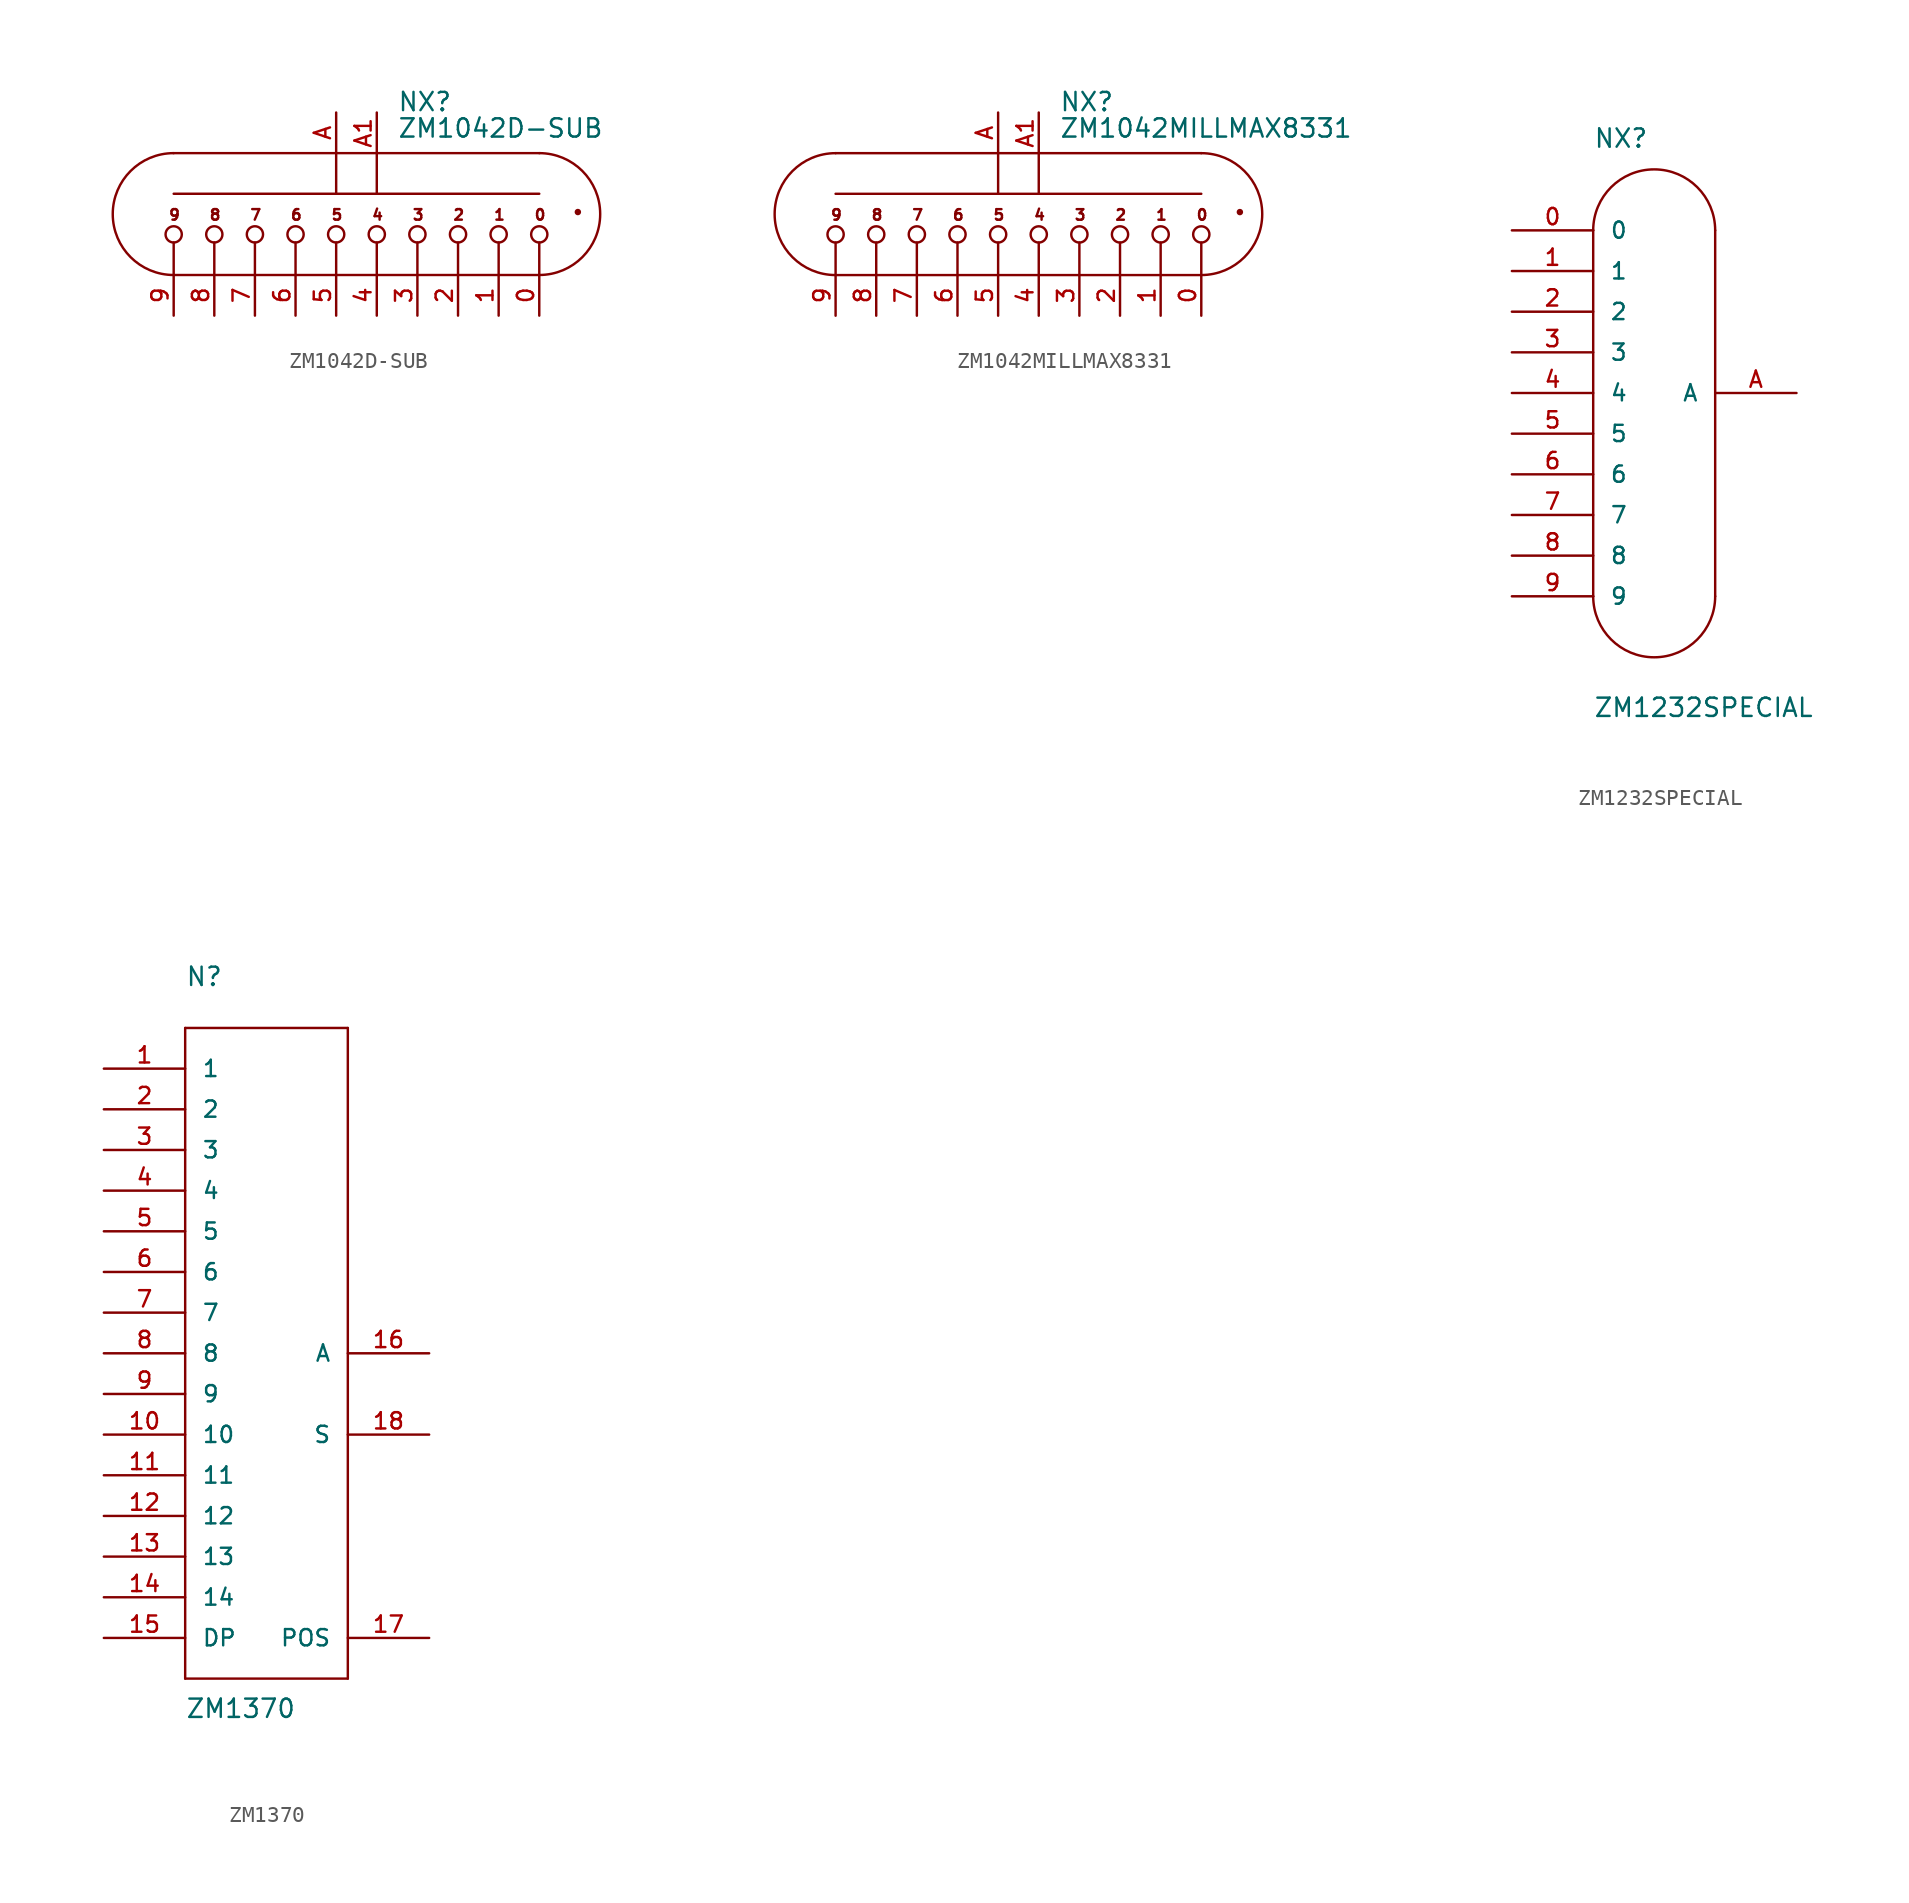
<source format=kicad_sym>
(kicad_symbol_lib
  (version 20241209)
  (generator "kicad_symbol_editor")
  (generator_version "9.0")
  (symbol "ZM1042D-SUB"
    (pin_names
      (offset 1.016)
      (hide yes))
    (property "Reference" "NX"
      (at 3.81 5.08 0)
      (effects (font (size 1.143 1.143)) (justify left bottom)))
    (property "Value" "ZM1042D-SUB"
      (at 3.81 3.429 0)
      (effects (font (size 1.143 1.143)) (justify left bottom)))
    (property "ki_locked" ""
      (at 0 0 0)
      (effects (font (size 1.27 1.27))))
    (symbol "ZM1042D-SUB_1_0"
      (polyline (pts (xy -10.16 2.54) (xy 0 2.54)) (stroke (width 0) (type default)) (fill (type none)))
      (polyline (pts (xy -10.16 0) (xy 0 0)) (stroke (width 0) (type default)) (fill (type none)))
      (polyline (pts (xy -10.16 -5.08) (xy -10.16 -3.048)) (stroke (width 0) (type default)) (fill (type none)))
      (polyline (pts (xy -10.16 -5.08) (xy -7.62 -5.08)) (stroke (width 0) (type default)) (fill (type none)))
      (polyline (pts (xy -7.62 -5.08) (xy -7.62 -3.048)) (stroke (width 0) (type default)) (fill (type none)))
      (polyline (pts (xy -7.62 -5.08) (xy -5.08 -5.08)) (stroke (width 0) (type default)) (fill (type none)))
      (polyline (pts (xy -5.08 -5.08) (xy -5.08 -3.048)) (stroke (width 0) (type default)) (fill (type none)))
      (polyline (pts (xy -5.08 -5.08) (xy -2.54 -5.08)) (stroke (width 0) (type default)) (fill (type none)))
      (polyline (pts (xy -2.54 -5.08) (xy -2.54 -3.048)) (stroke (width 0) (type default)) (fill (type none)))
      (polyline (pts (xy -2.54 -5.08) (xy 0 -5.08)) (stroke (width 0) (type default)) (fill (type none)))
      (polyline (pts (xy 0 2.54) (xy 0 0)) (stroke (width 0) (type default)) (fill (type none)))
      (polyline (pts (xy 0 2.54) (xy 2.54 2.54)) (stroke (width 0) (type default)) (fill (type none)))
      (polyline (pts (xy 0 0) (xy 2.54 0)) (stroke (width 0) (type default)) (fill (type none)))
      (polyline (pts (xy 0 -5.08) (xy 0 -3.048)) (stroke (width 0) (type default)) (fill (type none)))
      (polyline (pts (xy 0 -5.08) (xy 2.54 -5.08)) (stroke (width 0) (type default)) (fill (type none)))
      (polyline (pts (xy 2.54 2.54) (xy 2.54 0)) (stroke (width 0) (type default)) (fill (type none)))
      (polyline (pts (xy 2.54 2.54) (xy 12.7 2.54)) (stroke (width 0) (type default)) (fill (type none)))
      (polyline (pts (xy 2.54 0) (xy 12.7 0)) (stroke (width 0) (type default)) (fill (type none)))
      (polyline (pts (xy 2.54 -5.08) (xy 2.54 -3.048)) (stroke (width 0) (type default)) (fill (type none)))
      (polyline (pts (xy 2.54 -5.08) (xy 5.08 -5.08)) (stroke (width 0) (type default)) (fill (type none)))
      (polyline (pts (xy 5.08 -5.08) (xy 5.08 -3.048)) (stroke (width 0) (type default)) (fill (type none)))
      (polyline (pts (xy 5.08 -5.08) (xy 7.62 -5.08)) (stroke (width 0) (type default)) (fill (type none)))
      (polyline (pts (xy 7.62 -5.08) (xy 7.62 -3.048)) (stroke (width 0) (type default)) (fill (type none)))
      (polyline (pts (xy 7.62 -5.08) (xy 10.16 -5.08)) (stroke (width 0) (type default)) (fill (type none)))
      (polyline (pts (xy 10.16 -5.08) (xy 10.16 -3.048)) (stroke (width 0) (type default)) (fill (type none)))
      (polyline (pts (xy 10.16 -5.08) (xy 12.7 -5.08)) (stroke (width 0) (type default)) (fill (type none)))
      (polyline (pts (xy 12.7 -5.08) (xy 12.7 -3.048)) (stroke (width 0) (type default)) (fill (type none)))
      (text "9" (at -10.109 -1.321 0) (effects (font (size 0.66 0.66))))
      (text "8" (at -7.569 -1.321 0) (effects (font (size 0.66 0.66))))
      (text "7" (at -5.029 -1.321 0) (effects (font (size 0.66 0.66))))
      (text "6" (at -2.489 -1.321 0) (effects (font (size 0.66 0.66))))
      (text "5" (at 0.051 -1.321 0) (effects (font (size 0.66 0.66))))
      (text "4" (at 2.591 -1.321 0) (effects (font (size 0.66 0.66))))
      (text "3" (at 5.131 -1.321 0) (effects (font (size 0.66 0.66))))
      (text "2" (at 7.671 -1.321 0) (effects (font (size 0.66 0.66))))
      (text "1" (at 10.211 -1.321 0) (effects (font (size 0.66 0.66))))
      (text "0" (at 12.751 -1.321 0) (effects (font (size 0.66 0.66)))))
    (symbol "ZM1042D-SUB_1_1"
      (circle (center -10.16 -2.54) (radius 0.508) (stroke (width 0) (type default)) (fill (type none)))
      (arc (start -10.16 -5.08) (mid -13.9533 -1.27) (end -10.16 2.54) (stroke (width 0) (type default)) (fill (type none)))
      (circle (center -7.62 -2.54) (radius 0.508) (stroke (width 0) (type default)) (fill (type none)))
      (circle (center -5.08 -2.54) (radius 0.508) (stroke (width 0) (type default)) (fill (type none)))
      (circle (center -2.54 -2.54) (radius 0.508) (stroke (width 0) (type default)) (fill (type none)))
      (circle (center 0 -2.54) (radius 0.508) (stroke (width 0) (type default)) (fill (type none)))
      (circle (center 2.54 -2.54) (radius 0.508) (stroke (width 0) (type default)) (fill (type none)))
      (circle (center 5.08 -2.54) (radius 0.508) (stroke (width 0) (type default)) (fill (type none)))
      (circle (center 7.62 -2.54) (radius 0.508) (stroke (width 0) (type default)) (fill (type none)))
      (circle (center 10.16 -2.54) (radius 0.508) (stroke (width 0) (type default)) (fill (type none)))
      (arc (start 12.7 2.54) (mid 16.4933 -1.27) (end 12.7 -5.08) (stroke (width 0) (type default)) (fill (type none)))
      (circle (center 12.7 -2.54) (radius 0.508) (stroke (width 0) (type default)) (fill (type none)))
      (circle (center 15.113 -1.143) (radius 0.127) (stroke (width 0) (type default)) (fill (type outline)))
      (pin passive line (at -10.16 -7.62 90) (length 2.54) (name "9" (effects (font (size 1.016 1.016)))) (number "9" (effects (font (size 1.016 1.016)))))
      (pin passive line (at -7.62 -7.62 90) (length 2.54) (name "8" (effects (font (size 1.016 1.016)))) (number "8" (effects (font (size 1.016 1.016)))))
      (pin passive line (at -5.08 -7.62 90) (length 2.54) (name "7" (effects (font (size 1.016 1.016)))) (number "7" (effects (font (size 1.016 1.016)))))
      (pin passive line (at -2.54 -7.62 90) (length 2.54) (name "6" (effects (font (size 1.016 1.016)))) (number "6" (effects (font (size 1.016 1.016)))))
      (pin passive line (at 0 5.08 270) (length 2.54) (name "A1" (effects (font (size 1.016 1.016)))) (number "A" (effects (font (size 1.016 1.016)))))
      (pin passive line (at 0 -7.62 90) (length 2.54) (name "5" (effects (font (size 1.016 1.016)))) (number "5" (effects (font (size 1.016 1.016)))))
      (pin passive line (at 2.54 5.08 270) (length 2.54) (name "A2" (effects (font (size 1.016 1.016)))) (number "A1" (effects (font (size 1.016 1.016)))))
      (pin passive line (at 2.54 -7.62 90) (length 2.54) (name "4" (effects (font (size 1.016 1.016)))) (number "4" (effects (font (size 1.016 1.016)))))
      (pin passive line (at 5.08 -7.62 90) (length 2.54) (name "3" (effects (font (size 1.016 1.016)))) (number "3" (effects (font (size 1.016 1.016)))))
      (pin passive line (at 7.62 -7.62 90) (length 2.54) (name "2" (effects (font (size 1.016 1.016)))) (number "2" (effects (font (size 1.016 1.016)))))
      (pin passive line (at 10.16 -7.62 90) (length 2.54) (name "1" (effects (font (size 1.016 1.016)))) (number "1" (effects (font (size 1.016 1.016)))))
      (pin passive line (at 12.7 -7.62 90) (length 2.54) (name "0" (effects (font (size 1.016 1.016)))) (number "0" (effects (font (size 1.016 1.016)))))))
  (symbol "ZM1042MILLMAX8331"
    (pin_names
      (offset 1.016)
      (hide yes))
    (property "Reference" "NX"
      (at 3.81 5.08 0)
      (effects (font (size 1.143 1.143)) (justify left bottom)))
    (property "Value" "ZM1042MILLMAX8331"
      (at 3.81 3.429 0)
      (effects (font (size 1.143 1.143)) (justify left bottom)))
    (property "ki_locked" ""
      (at 0 0 0)
      (effects (font (size 1.27 1.27))))
    (symbol "ZM1042MILLMAX8331_1_0"
      (polyline (pts (xy -10.16 2.54) (xy 0 2.54)) (stroke (width 0) (type default)) (fill (type none)))
      (polyline (pts (xy -10.16 0) (xy 0 0)) (stroke (width 0) (type default)) (fill (type none)))
      (polyline (pts (xy -10.16 -5.08) (xy -10.16 -3.048)) (stroke (width 0) (type default)) (fill (type none)))
      (polyline (pts (xy -10.16 -5.08) (xy -7.62 -5.08)) (stroke (width 0) (type default)) (fill (type none)))
      (polyline (pts (xy -7.62 -5.08) (xy -7.62 -3.048)) (stroke (width 0) (type default)) (fill (type none)))
      (polyline (pts (xy -7.62 -5.08) (xy -5.08 -5.08)) (stroke (width 0) (type default)) (fill (type none)))
      (polyline (pts (xy -5.08 -5.08) (xy -5.08 -3.048)) (stroke (width 0) (type default)) (fill (type none)))
      (polyline (pts (xy -5.08 -5.08) (xy -2.54 -5.08)) (stroke (width 0) (type default)) (fill (type none)))
      (polyline (pts (xy -2.54 -5.08) (xy -2.54 -3.048)) (stroke (width 0) (type default)) (fill (type none)))
      (polyline (pts (xy -2.54 -5.08) (xy 0 -5.08)) (stroke (width 0) (type default)) (fill (type none)))
      (polyline (pts (xy 0 2.54) (xy 0 0)) (stroke (width 0) (type default)) (fill (type none)))
      (polyline (pts (xy 0 2.54) (xy 2.54 2.54)) (stroke (width 0) (type default)) (fill (type none)))
      (polyline (pts (xy 0 0) (xy 2.54 0)) (stroke (width 0) (type default)) (fill (type none)))
      (polyline (pts (xy 0 -5.08) (xy 0 -3.048)) (stroke (width 0) (type default)) (fill (type none)))
      (polyline (pts (xy 0 -5.08) (xy 2.54 -5.08)) (stroke (width 0) (type default)) (fill (type none)))
      (polyline (pts (xy 2.54 2.54) (xy 2.54 0)) (stroke (width 0) (type default)) (fill (type none)))
      (polyline (pts (xy 2.54 2.54) (xy 12.7 2.54)) (stroke (width 0) (type default)) (fill (type none)))
      (polyline (pts (xy 2.54 0) (xy 12.7 0)) (stroke (width 0) (type default)) (fill (type none)))
      (polyline (pts (xy 2.54 -5.08) (xy 2.54 -3.048)) (stroke (width 0) (type default)) (fill (type none)))
      (polyline (pts (xy 2.54 -5.08) (xy 5.08 -5.08)) (stroke (width 0) (type default)) (fill (type none)))
      (polyline (pts (xy 5.08 -5.08) (xy 5.08 -3.048)) (stroke (width 0) (type default)) (fill (type none)))
      (polyline (pts (xy 5.08 -5.08) (xy 7.62 -5.08)) (stroke (width 0) (type default)) (fill (type none)))
      (polyline (pts (xy 7.62 -5.08) (xy 7.62 -3.048)) (stroke (width 0) (type default)) (fill (type none)))
      (polyline (pts (xy 7.62 -5.08) (xy 10.16 -5.08)) (stroke (width 0) (type default)) (fill (type none)))
      (polyline (pts (xy 10.16 -5.08) (xy 10.16 -3.048)) (stroke (width 0) (type default)) (fill (type none)))
      (polyline (pts (xy 10.16 -5.08) (xy 12.7 -5.08)) (stroke (width 0) (type default)) (fill (type none)))
      (polyline (pts (xy 12.7 -5.08) (xy 12.7 -3.048)) (stroke (width 0) (type default)) (fill (type none)))
      (text "9" (at -10.109 -1.321 0) (effects (font (size 0.66 0.66))))
      (text "8" (at -7.569 -1.321 0) (effects (font (size 0.66 0.66))))
      (text "7" (at -5.029 -1.321 0) (effects (font (size 0.66 0.66))))
      (text "6" (at -2.489 -1.321 0) (effects (font (size 0.66 0.66))))
      (text "5" (at 0.051 -1.321 0) (effects (font (size 0.66 0.66))))
      (text "4" (at 2.591 -1.321 0) (effects (font (size 0.66 0.66))))
      (text "3" (at 5.131 -1.321 0) (effects (font (size 0.66 0.66))))
      (text "2" (at 7.671 -1.321 0) (effects (font (size 0.66 0.66))))
      (text "1" (at 10.211 -1.321 0) (effects (font (size 0.66 0.66))))
      (text "0" (at 12.751 -1.321 0) (effects (font (size 0.66 0.66)))))
    (symbol "ZM1042MILLMAX8331_1_1"
      (circle (center -10.16 -2.54) (radius 0.508) (stroke (width 0) (type default)) (fill (type none)))
      (arc (start -10.16 -5.08) (mid -13.9533 -1.27) (end -10.16 2.54) (stroke (width 0) (type default)) (fill (type none)))
      (circle (center -7.62 -2.54) (radius 0.508) (stroke (width 0) (type default)) (fill (type none)))
      (circle (center -5.08 -2.54) (radius 0.508) (stroke (width 0) (type default)) (fill (type none)))
      (circle (center -2.54 -2.54) (radius 0.508) (stroke (width 0) (type default)) (fill (type none)))
      (circle (center 0 -2.54) (radius 0.508) (stroke (width 0) (type default)) (fill (type none)))
      (circle (center 2.54 -2.54) (radius 0.508) (stroke (width 0) (type default)) (fill (type none)))
      (circle (center 5.08 -2.54) (radius 0.508) (stroke (width 0) (type default)) (fill (type none)))
      (circle (center 7.62 -2.54) (radius 0.508) (stroke (width 0) (type default)) (fill (type none)))
      (circle (center 10.16 -2.54) (radius 0.508) (stroke (width 0) (type default)) (fill (type none)))
      (arc (start 12.7 2.54) (mid 16.4933 -1.27) (end 12.7 -5.08) (stroke (width 0) (type default)) (fill (type none)))
      (circle (center 12.7 -2.54) (radius 0.508) (stroke (width 0) (type default)) (fill (type none)))
      (circle (center 15.113 -1.143) (radius 0.127) (stroke (width 0) (type default)) (fill (type outline)))
      (pin passive line (at -10.16 -7.62 90) (length 2.54) (name "9" (effects (font (size 1.016 1.016)))) (number "9" (effects (font (size 1.016 1.016)))))
      (pin passive line (at -7.62 -7.62 90) (length 2.54) (name "8" (effects (font (size 1.016 1.016)))) (number "8" (effects (font (size 1.016 1.016)))))
      (pin passive line (at -5.08 -7.62 90) (length 2.54) (name "7" (effects (font (size 1.016 1.016)))) (number "7" (effects (font (size 1.016 1.016)))))
      (pin passive line (at -2.54 -7.62 90) (length 2.54) (name "6" (effects (font (size 1.016 1.016)))) (number "6" (effects (font (size 1.016 1.016)))))
      (pin passive line (at 0 5.08 270) (length 2.54) (name "A1" (effects (font (size 1.016 1.016)))) (number "A" (effects (font (size 1.016 1.016)))))
      (pin passive line (at 0 -7.62 90) (length 2.54) (name "5" (effects (font (size 1.016 1.016)))) (number "5" (effects (font (size 1.016 1.016)))))
      (pin passive line (at 2.54 5.08 270) (length 2.54) (name "A2" (effects (font (size 1.016 1.016)))) (number "A1" (effects (font (size 1.016 1.016)))))
      (pin passive line (at 2.54 -7.62 90) (length 2.54) (name "4" (effects (font (size 1.016 1.016)))) (number "4" (effects (font (size 1.016 1.016)))))
      (pin passive line (at 5.08 -7.62 90) (length 2.54) (name "3" (effects (font (size 1.016 1.016)))) (number "3" (effects (font (size 1.016 1.016)))))
      (pin passive line (at 7.62 -7.62 90) (length 2.54) (name "2" (effects (font (size 1.016 1.016)))) (number "2" (effects (font (size 1.016 1.016)))))
      (pin passive line (at 10.16 -7.62 90) (length 2.54) (name "1" (effects (font (size 1.016 1.016)))) (number "1" (effects (font (size 1.016 1.016)))))
      (pin passive line (at 12.7 -7.62 90) (length 2.54) (name "0" (effects (font (size 1.016 1.016)))) (number "0" (effects (font (size 1.016 1.016)))))))
  (symbol "ZM1232SPECIAL"
    (pin_names
      (offset 1.016))
    (property "Reference" "NX"
      (at -22.86 12.7 0)
      (effects (font (size 1.143 1.143)) (justify left bottom)))
    (property "Value" "ZM1232SPECIAL"
      (at -22.86 -22.86 0)
      (effects (font (size 1.143 1.143)) (justify left bottom)))
    (property "ki_locked" ""
      (at 0 0 0)
      (effects (font (size 1.27 1.27))))
    (symbol "ZM1232SPECIAL_1_0"
      (polyline (pts (xy -22.86 7.62) (xy -22.86 -15.24)) (stroke (width 0) (type default)) (fill (type none)))
      (polyline (pts (xy -15.24 7.62) (xy -15.24 -15.24)) (stroke (width 0) (type default)) (fill (type none))))
    (symbol "ZM1232SPECIAL_1_1"
      (arc (start -22.86 7.62) (mid -19.05 11.4133) (end -15.24 7.62) (stroke (width 0) (type default)) (fill (type none)))
      (arc (start -15.24 -15.24) (mid -19.05 -19.0333) (end -22.86 -15.24) (stroke (width 0) (type default)) (fill (type none)))
      (pin passive line (at -27.94 7.62 0) (length 5.08) (name "0" (effects (font (size 1.016 1.016)))) (number "0" (effects (font (size 1.016 1.016)))))
      (pin passive line (at -27.94 5.08 0) (length 5.08) (name "1" (effects (font (size 1.016 1.016)))) (number "1" (effects (font (size 1.016 1.016)))))
      (pin passive line (at -27.94 2.54 0) (length 5.08) (name "2" (effects (font (size 1.016 1.016)))) (number "2" (effects (font (size 1.016 1.016)))))
      (pin passive line (at -27.94 0 0) (length 5.08) (name "3" (effects (font (size 1.016 1.016)))) (number "3" (effects (font (size 1.016 1.016)))))
      (pin passive line (at -27.94 -2.54 0) (length 5.08) (name "4" (effects (font (size 1.016 1.016)))) (number "4" (effects (font (size 1.016 1.016)))))
      (pin passive line (at -27.94 -5.08 0) (length 5.08) (name "5" (effects (font (size 1.016 1.016)))) (number "5" (effects (font (size 1.016 1.016)))))
      (pin passive line (at -27.94 -7.62 0) (length 5.08) (name "6" (effects (font (size 1.016 1.016)))) (number "6" (effects (font (size 1.016 1.016)))))
      (pin passive line (at -27.94 -10.16 0) (length 5.08) (name "7" (effects (font (size 1.016 1.016)))) (number "7" (effects (font (size 1.016 1.016)))))
      (pin passive line (at -27.94 -12.7 0) (length 5.08) (name "8" (effects (font (size 1.016 1.016)))) (number "8" (effects (font (size 1.016 1.016)))))
      (pin passive line (at -27.94 -15.24 0) (length 5.08) (name "9" (effects (font (size 1.016 1.016)))) (number "9" (effects (font (size 1.016 1.016)))))
      (pin passive line (at -10.16 -2.54 180) (length 5.08) (name "A" (effects (font (size 1.016 1.016)))) (number "A" (effects (font (size 1.016 1.016)))))))
  (symbol "ZM1370"
    (pin_names
      (offset 1.016))
    (property "Reference" "N"
      (at -5.08 22.86 0)
      (effects (font (size 1.143 1.143)) (justify left bottom)))
    (property "Value" "ZM1370"
      (at -5.08 -22.86 0)
      (effects (font (size 1.143 1.143)) (justify left bottom)))
    (property "ki_locked" ""
      (at 0 0 0)
      (effects (font (size 1.27 1.27))))
    (symbol "ZM1370_1_0"
      (polyline (pts (xy -5.08 20.32) (xy -5.08 -20.32)) (stroke (width 0) (type default)) (fill (type none)))
      (polyline (pts (xy -5.08 -20.32) (xy 5.08 -20.32)) (stroke (width 0) (type default)) (fill (type none)))
      (polyline (pts (xy 5.08 20.32) (xy -5.08 20.32)) (stroke (width 0) (type default)) (fill (type none)))
      (polyline (pts (xy 5.08 -20.32) (xy 5.08 20.32)) (stroke (width 0) (type default)) (fill (type none))))
    (symbol "ZM1370_1_1"
      (pin passive line (at -10.16 17.78 0) (length 5.08) (name "1" (effects (font (size 1.016 1.016)))) (number "1" (effects (font (size 1.016 1.016)))))
      (pin passive line (at -10.16 15.24 0) (length 5.08) (name "2" (effects (font (size 1.016 1.016)))) (number "2" (effects (font (size 1.016 1.016)))))
      (pin passive line (at -10.16 12.7 0) (length 5.08) (name "3" (effects (font (size 1.016 1.016)))) (number "3" (effects (font (size 1.016 1.016)))))
      (pin passive line (at -10.16 10.16 0) (length 5.08) (name "4" (effects (font (size 1.016 1.016)))) (number "4" (effects (font (size 1.016 1.016)))))
      (pin passive line (at -10.16 7.62 0) (length 5.08) (name "5" (effects (font (size 1.016 1.016)))) (number "5" (effects (font (size 1.016 1.016)))))
      (pin passive line (at -10.16 5.08 0) (length 5.08) (name "6" (effects (font (size 1.016 1.016)))) (number "6" (effects (font (size 1.016 1.016)))))
      (pin passive line (at -10.16 2.54 0) (length 5.08) (name "7" (effects (font (size 1.016 1.016)))) (number "7" (effects (font (size 1.016 1.016)))))
      (pin passive line (at -10.16 0 0) (length 5.08) (name "8" (effects (font (size 1.016 1.016)))) (number "8" (effects (font (size 1.016 1.016)))))
      (pin passive line (at -10.16 -2.54 0) (length 5.08) (name "9" (effects (font (size 1.016 1.016)))) (number "9" (effects (font (size 1.016 1.016)))))
      (pin passive line (at -10.16 -5.08 0) (length 5.08) (name "10" (effects (font (size 1.016 1.016)))) (number "10" (effects (font (size 1.016 1.016)))))
      (pin passive line (at -10.16 -7.62 0) (length 5.08) (name "11" (effects (font (size 1.016 1.016)))) (number "11" (effects (font (size 1.016 1.016)))))
      (pin passive line (at -10.16 -10.16 0) (length 5.08) (name "12" (effects (font (size 1.016 1.016)))) (number "12" (effects (font (size 1.016 1.016)))))
      (pin passive line (at -10.16 -12.7 0) (length 5.08) (name "13" (effects (font (size 1.016 1.016)))) (number "13" (effects (font (size 1.016 1.016)))))
      (pin passive line (at -10.16 -15.24 0) (length 5.08) (name "14" (effects (font (size 1.016 1.016)))) (number "14" (effects (font (size 1.016 1.016)))))
      (pin passive line (at -10.16 -17.78 0) (length 5.08) (name "DP" (effects (font (size 1.016 1.016)))) (number "15" (effects (font (size 1.016 1.016)))))
      (pin passive line (at 10.16 0 180) (length 5.08) (name "A" (effects (font (size 1.016 1.016)))) (number "16" (effects (font (size 1.016 1.016)))))
      (pin passive line (at 10.16 -5.08 180) (length 5.08) (name "S" (effects (font (size 1.016 1.016)))) (number "18" (effects (font (size 1.016 1.016)))))
      (pin passive line (at 10.16 -17.78 180) (length 5.08) (name "POS" (effects (font (size 1.016 1.016)))) (number "17" (effects (font (size 1.016 1.016))))))))
</source>
